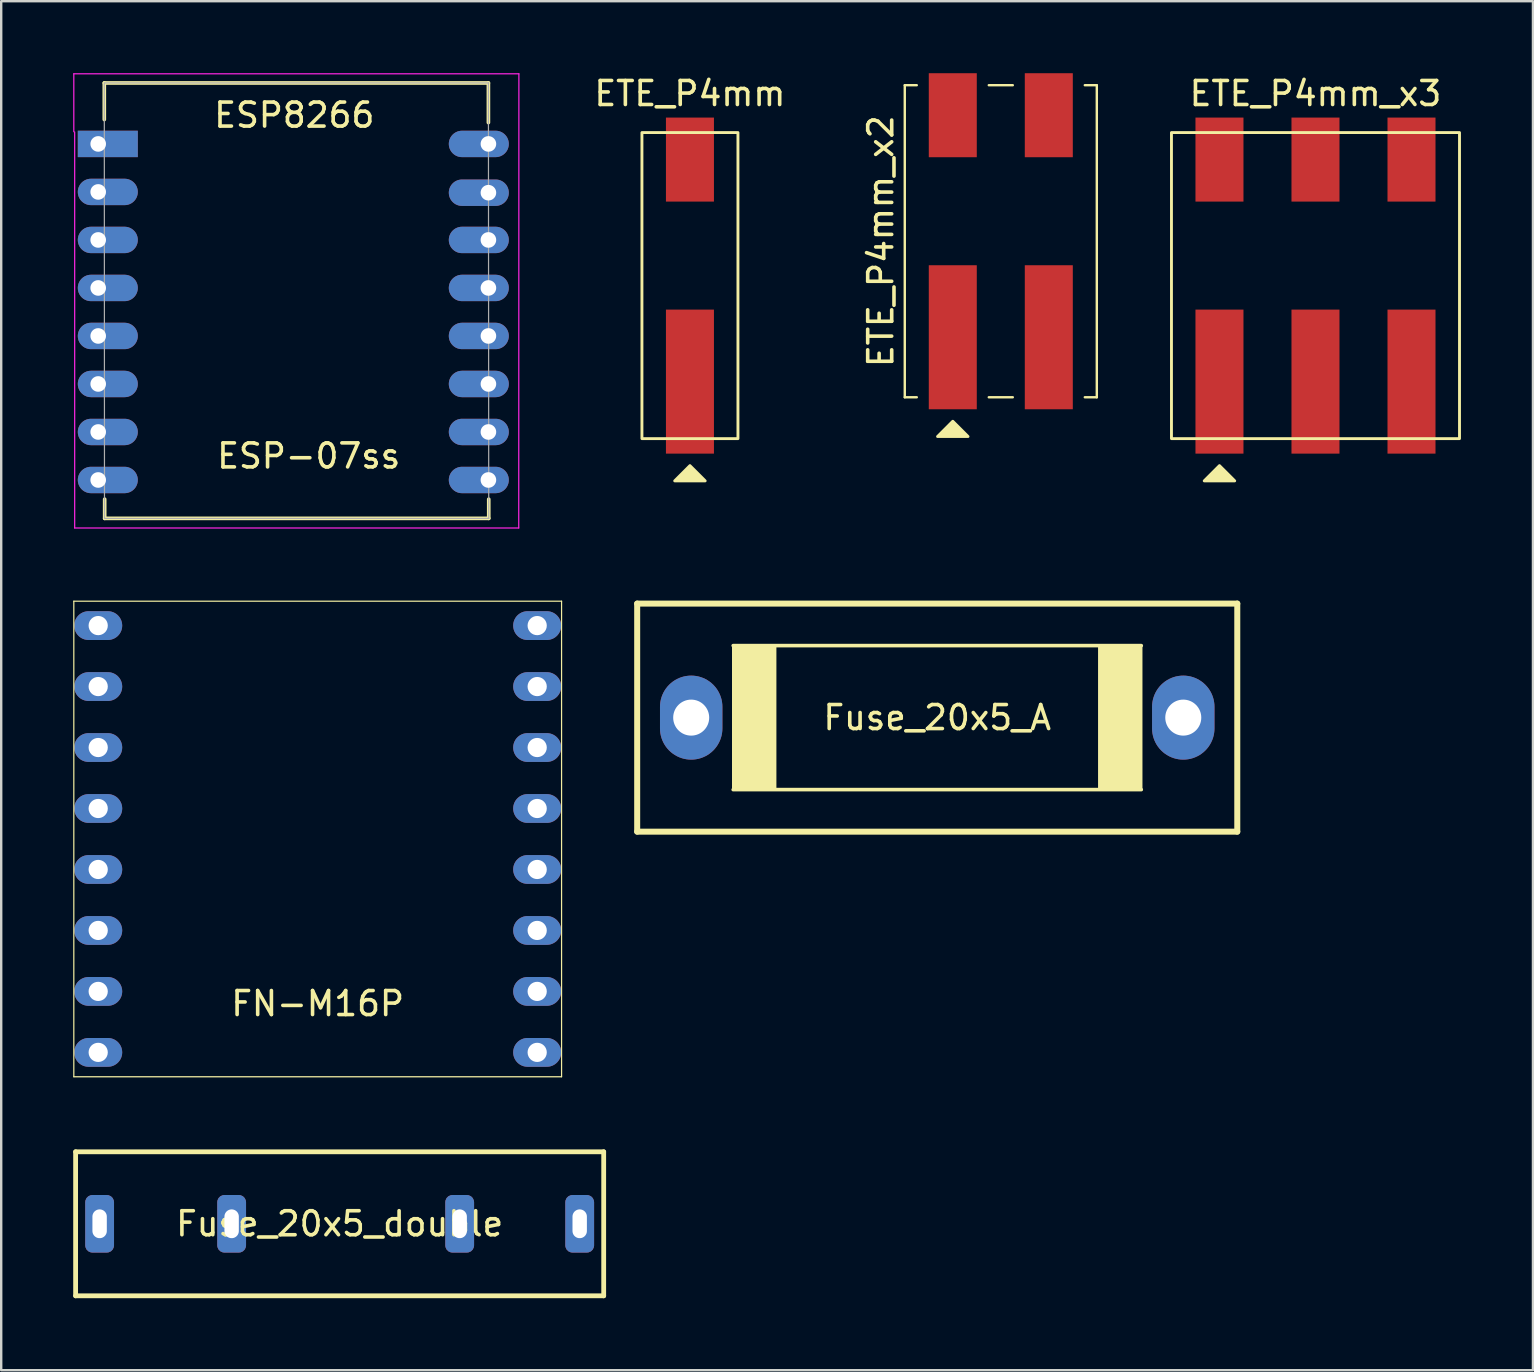
<source format=kicad_pcb>
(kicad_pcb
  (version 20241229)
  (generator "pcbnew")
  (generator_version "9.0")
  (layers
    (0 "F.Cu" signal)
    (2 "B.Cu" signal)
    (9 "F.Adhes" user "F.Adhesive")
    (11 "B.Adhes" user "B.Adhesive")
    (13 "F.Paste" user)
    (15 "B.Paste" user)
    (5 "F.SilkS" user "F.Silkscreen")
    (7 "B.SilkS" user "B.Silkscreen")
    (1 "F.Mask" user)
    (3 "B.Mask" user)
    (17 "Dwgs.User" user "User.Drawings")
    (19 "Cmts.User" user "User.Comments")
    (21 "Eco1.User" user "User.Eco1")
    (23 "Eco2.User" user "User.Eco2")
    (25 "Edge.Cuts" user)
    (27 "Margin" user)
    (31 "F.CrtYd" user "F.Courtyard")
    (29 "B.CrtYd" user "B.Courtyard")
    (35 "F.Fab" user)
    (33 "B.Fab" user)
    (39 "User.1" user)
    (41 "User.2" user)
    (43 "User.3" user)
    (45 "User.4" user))
  (footprint "ETE_P4mm_x3"
    (layer "F.Cu")
    (at 51.753 8.848)
    (property "Reference" "ETE_P4mm_x3" (at 0 -8 180) (layer "F.SilkS") (effects (font (size 1 1) (thickness 0.15))))
    (attr smd)
    (fp_rect (start -6 -6.375) (end 6 6.375) (stroke (width 0.12) (type default)) (fill no) (layer "F.SilkS"))
    (fp_poly (pts (xy -3.365 8.135) (xy -4.635 8.135) (xy -4 7.5)) (stroke (width 0.12) (type solid)) (fill yes) (layer "F.SilkS"))
    (pad "1" smd rect (at -4 -5.25) (size 2 3.5) (layers "F.Cu" "F.Mask" "F.Paste"))
    (pad "1" smd rect (at -4 4) (size 2 6) (layers "F.Cu" "F.Mask" "F.Paste"))
    (pad "2" smd rect (at 0 -5.25) (size 2 3.5) (layers "F.Cu" "F.Mask" "F.Paste"))
    (pad "2" smd rect (at 0 4) (size 2 6) (layers "F.Cu" "F.Mask" "F.Paste"))
    (pad "3" smd rect (at 4 -5.25) (size 2 3.5) (layers "F.Cu" "F.Mask" "F.Paste"))
    (pad "3" smd rect (at 4 4) (size 2 6) (layers "F.Cu" "F.Mask" "F.Paste")))
  (footprint "FN-M16P"
    (layer "F.Cu")
    (at 10.185 31.648)
    (property "Reference" "FN-M16P" (at 0 7.112 0) (layer "F.SilkS") (effects (font (size 1 1) (thickness 0.15))))
    (attr through_hole)
    (fp_line (start -10.16 -9.652) (end 10.16 -9.652) (stroke (width 0.05) (type solid)) (layer "F.SilkS"))
    (fp_line (start -10.16 10.16) (end -10.16 -9.652) (stroke (width 0.05) (type solid)) (layer "F.SilkS"))
    (fp_line (start 10.16 -9.652) (end 10.16 10.16) (stroke (width 0.05) (type solid)) (layer "F.SilkS"))
    (fp_line (start 10.16 10.16) (end -10.16 10.16) (stroke (width 0.05) (type solid)) (layer "F.SilkS"))
    (pad "1" thru_hole oval (at -9.144 -8.636) (size 2 1.2) (drill 0.8) (layers "*.Cu" "*.Mask"))
    (pad "2" thru_hole oval (at -9.144 -6.096) (size 2 1.2) (drill 0.8) (layers "*.Cu" "*.Mask"))
    (pad "3" thru_hole oval (at -9.144 -3.556) (size 2 1.2) (drill 0.8) (layers "*.Cu" "*.Mask"))
    (pad "4" thru_hole oval (at -9.144 -1.016) (size 2 1.2) (drill 0.8) (layers "*.Cu" "*.Mask"))
    (pad "5" thru_hole oval (at -9.144 1.524) (size 2 1.2) (drill 0.8) (layers "*.Cu" "*.Mask"))
    (pad "6" thru_hole oval (at -9.144 4.064) (size 2 1.2) (drill 0.8) (layers "*.Cu" "*.Mask"))
    (pad "7" thru_hole oval (at -9.144 6.604) (size 2 1.2) (drill 0.8) (layers "*.Cu" "*.Mask"))
    (pad "8" thru_hole oval (at -9.144 9.144) (size 2 1.2) (drill 0.8) (layers "*.Cu" "*.Mask"))
    (pad "9" thru_hole oval (at 9.144 9.144) (size 2 1.2) (drill 0.8) (layers "*.Cu" "*.Mask"))
    (pad "10" thru_hole oval (at 9.144 6.604) (size 2 1.2) (drill 0.8) (layers "*.Cu" "*.Mask"))
    (pad "11" thru_hole oval (at 9.144 4.064) (size 2 1.2) (drill 0.8) (layers "*.Cu" "*.Mask"))
    (pad "12" thru_hole oval (at 9.144 1.524) (size 2 1.2) (drill 0.8) (layers "*.Cu" "*.Mask"))
    (pad "13" thru_hole oval (at 9.144 -1.016) (size 2 1.2) (drill 0.8) (layers "*.Cu" "*.Mask"))
    (pad "14" thru_hole oval (at 9.144 -3.556) (size 2 1.2) (drill 0.8) (layers "*.Cu" "*.Mask"))
    (pad "15" thru_hole oval (at 9.144 -6.096) (size 2 1.2) (drill 0.8) (layers "*.Cu" "*.Mask"))
    (pad "17" thru_hole oval (at 9.144 -8.636) (size 2 1.2) (drill 0.8) (layers "*.Cu" "*.Mask")))
  (footprint "Fuse_20x5_A"
    (layer "F.Cu")
    (at 35.995 26.846)
    (property "Reference" "Fuse_20x5_A" (at 0 0 0) (layer "F.SilkS") (effects (font (size 1 1) (thickness 0.15))))
    (attr through_hole)
    (fp_line (start -12.5 -4.75) (end -12.5 4.75) (stroke (width 0.25) (type solid)) (layer "F.SilkS"))
    (fp_line (start -12.5 4.75) (end 12.5 4.75) (stroke (width 0.25) (type solid)) (layer "F.SilkS"))
    (fp_line (start -8.5 3) (end 8.5 3) (stroke (width 0.15) (type solid)) (layer "F.SilkS"))
    (fp_line (start 8.5 -3) (end -8.5 -3) (stroke (width 0.15) (type solid)) (layer "F.SilkS"))
    (fp_line (start 12.5 -4.75) (end -12.5 -4.75) (stroke (width 0.25) (type solid)) (layer "F.SilkS"))
    (fp_line (start 12.5 4.75) (end 12.5 -4.75) (stroke (width 0.25) (type solid)) (layer "F.SilkS"))
    (fp_poly (pts (xy -8.5 -3) (xy -8.5 3) (xy -6.75 3) (xy -6.75 -3)) (stroke (width 0.1) (type solid)) (fill yes) (layer "F.SilkS"))
    (fp_poly (pts (xy 8.5 -3) (xy 6.75 -3) (xy 6.75 3) (xy 8.5 3)) (stroke (width 0.1) (type solid)) (fill yes) (layer "F.SilkS"))
    (pad "1" thru_hole oval (at -10.25 0) (size 2.6 3.5) (drill 1.5) (layers "*.Cu" "*.Mask"))
    (pad "2" thru_hole oval (at 10.25 0) (size 2.6 3.5) (drill 1.5) (layers "*.Cu" "*.Mask")))
  (footprint "ESP-07ss"
    (layer "F.Cu")
    (at 2.311 2.946)
    (property "Reference" "ESP-07ss" (at 7.5 13 0) (layer "F.SilkS") (effects (font (size 1 1) (thickness 0.15))))
    (attr through_hole)
    (fp_line (start -1.016 -2.54) (end -1.016 -1.016) (stroke (width 0.152) (type solid)) (layer "F.SilkS"))
    (fp_line (start -1.016 -2.54) (end 14.986 -2.54) (stroke (width 0.152) (type solid)) (layer "F.SilkS"))
    (fp_line (start -1 14.8) (end -1 15.6) (stroke (width 0.152) (type solid)) (layer "F.SilkS"))
    (fp_line (start -1 15.6) (end 15 15.6) (stroke (width 0.152) (type solid)) (layer "F.SilkS"))
    (fp_line (start 14.986 -2.54) (end 14.986 -0.889) (stroke (width 0.152) (type solid)) (layer "F.SilkS"))
    (fp_line (start 15 15.6) (end 15 14.8) (stroke (width 0.152) (type solid)) (layer "F.SilkS"))
    (fp_line (start -2.286 -2.921) (end 16.256 -2.921) (stroke (width 0.05) (type solid)) (layer "F.CrtYd"))
    (fp_line (start -2.286 -0.508) (end -2.286 -2.921) (stroke (width 0.05) (type solid)) (layer "F.CrtYd"))
    (fp_line (start -2.25 16) (end -2.25 -0.5) (stroke (width 0.05) (type solid)) (layer "F.CrtYd"))
    (fp_line (start 16.25 16) (end -2.25 16) (stroke (width 0.05) (type solid)) (layer "F.CrtYd"))
    (fp_line (start 16.256 -2.921) (end 16.25 16) (stroke (width 0.05) (type solid)) (layer "F.CrtYd"))
    (fp_line (start -1.008 15.6) (end -1.016 -2.54) (stroke (width 0.05) (type solid)) (layer "F.Fab"))
    (fp_line (start -1 -2.54) (end 15 -2.54) (stroke (width 0.05) (type solid)) (layer "F.Fab"))
    (fp_line (start 14.986 -2.54) (end 15 15.6) (stroke (width 0.05) (type solid)) (layer "F.Fab"))
    (fp_line (start 15 15.6) (end -1 15.6) (stroke (width 0.05) (type solid)) (layer "F.Fab"))
    (fp_text user "ESP8266" (at 6.9 -1.2 0) (layer "F.SilkS") (effects (font (size 1 1) (thickness 0.15))))
    (pad "1" thru_hole rect (at -1.27 0) (size 2.5 1.1) (drill 0.65 (offset 0.4 0)) (layers "*.Cu" "*.Mask" "F.Paste"))
    (pad "2" thru_hole oval (at -1.27 2) (size 2.5 1.1) (drill 0.65 (offset 0.4 0)) (layers "*.Cu" "*.Mask" "F.Paste"))
    (pad "3" thru_hole oval (at -1.27 4) (size 2.5 1.1) (drill 0.65 (offset 0.4 0)) (layers "*.Cu" "*.Mask" "F.Paste"))
    (pad "4" thru_hole oval (at -1.27 6) (size 2.5 1.1) (drill 0.65 (offset 0.4 0)) (layers "*.Cu" "*.Mask" "F.Paste"))
    (pad "5" thru_hole oval (at -1.27 8) (size 2.5 1.1) (drill 0.65 (offset 0.4 0)) (layers "*.Cu" "*.Mask" "F.Paste"))
    (pad "6" thru_hole oval (at -1.27 10) (size 2.5 1.1) (drill 0.65 (offset 0.4 0)) (layers "*.Cu" "*.Mask" "F.Paste"))
    (pad "7" thru_hole oval (at -1.27 12) (size 2.5 1.1) (drill 0.65 (offset 0.4 0)) (layers "*.Cu" "*.Mask" "F.Paste"))
    (pad "8" thru_hole oval (at -1.27 14) (size 2.5 1.1) (drill 0.65 (offset 0.4 0)) (layers "*.Cu" "*.Mask" "F.Paste"))
    (pad "9" thru_hole oval (at 14.986 14) (size 2.5 1.1) (drill 0.65 (offset -0.4 0)) (layers "*.Cu" "*.Mask" "F.Paste"))
    (pad "10" thru_hole oval (at 14.986 12) (size 2.5 1.1) (drill 0.65 (offset -0.4 0)) (layers "*.Cu" "*.Mask" "F.Paste"))
    (pad "11" thru_hole oval (at 14.986 10) (size 2.5 1.1) (drill 0.65 (offset -0.4 0)) (layers "*.Cu" "*.Mask" "F.Paste"))
    (pad "12" thru_hole oval (at 14.986 8) (size 2.5 1.1) (drill 0.65 (offset -0.4 0)) (layers "*.Cu" "*.Mask" "F.Paste"))
    (pad "13" thru_hole oval (at 14.986 6) (size 2.5 1.1) (drill 0.65 (offset -0.4 0)) (layers "*.Cu" "*.Mask" "F.Paste"))
    (pad "14" thru_hole oval (at 14.986 4) (size 2.5 1.1) (drill 0.65 (offset -0.4 0)) (layers "*.Cu" "*.Mask" "F.Paste"))
    (pad "15" thru_hole oval (at 14.986 2.032) (size 2.5 1.1) (drill 0.65 (offset -0.4 0)) (layers "*.Cu" "*.Mask" "F.Paste"))
    (pad "16" thru_hole oval (at 14.986 0) (size 2.5 1.1) (drill 0.65 (offset -0.4 0)) (layers "*.Cu" "*.Mask" "F.Paste")))
  (footprint "Fuse_20x5_double"
    (layer "F.Cu")
    (at 11.1 47.933)
    (property "Reference" "Fuse_20x5_double" (at 0 0 0) (layer "F.SilkS") (effects (font (size 1 1) (thickness 0.15))))
    (attr through_hole)
    (fp_line (start -11 -3) (end 11 -3) (stroke (width 0.2) (type solid)) (layer "F.SilkS"))
    (fp_line (start -11 3) (end -11 -3) (stroke (width 0.2) (type solid)) (layer "F.SilkS"))
    (fp_line (start 11 -3) (end 11 3) (stroke (width 0.2) (type solid)) (layer "F.SilkS"))
    (fp_line (start 11 3) (end -11 3) (stroke (width 0.2) (type solid)) (layer "F.SilkS"))
    (pad "1" thru_hole roundrect (at -10 0) (size 1.2 2.4) (drill oval 0.6 1.2) (layers "*.Cu" "*.Mask") (roundrect_rratio 0.25))
    (pad "1" thru_hole roundrect (at -4.5 0) (size 1.2 2.4) (drill oval 0.6 1.2) (layers "*.Cu" "*.Mask") (roundrect_rratio 0.25))
    (pad "2" thru_hole roundrect (at 5 0) (size 1.2 2.4) (drill oval 0.6 1.2) (layers "*.Cu" "*.Mask") (roundrect_rratio 0.25))
    (pad "2" thru_hole roundrect (at 10 0) (size 1.2 2.4) (drill oval 0.6 1.2) (layers "*.Cu" "*.Mask") (roundrect_rratio 0.25)))
  (footprint "ETE_P4mm"
    (layer "F.Cu")
    (at 25.693 8.848)
    (property "Reference" "ETE_P4mm" (at 0 -8 180) (layer "F.SilkS") (effects (font (size 1 1) (thickness 0.15))))
    (attr smd)
    (fp_rect (start -2 -6.375) (end 2 6.375) (stroke (width 0.12) (type default)) (fill no) (layer "F.SilkS"))
    (fp_poly (pts (xy 0.635 8.135) (xy -0.635 8.135) (xy 0 7.5)) (stroke (width 0.12) (type solid)) (fill yes) (layer "F.SilkS"))
    (pad "1" smd rect (at 0 -5.25) (size 2 3.5) (layers "F.Cu" "F.Mask" "F.Paste"))
    (pad "1" smd rect (at 0 4) (size 2 6) (layers "F.Cu" "F.Mask" "F.Paste")))
  (footprint "ETE_P4mm_x2"
    (layer "F.Cu")
    (at 38.643 7)
    (property "Reference" "ETE_P4mm_x2" (at -5 0 270) (layer "F.SilkS") (effects (font (size 1 1) (thickness 0.15))))
    (attr smd)
    (fp_line (start -4 -6.5) (end -4 6.5) (stroke (width 0.1) (type default)) (layer "F.SilkS"))
    (fp_line (start -4 6.5) (end -3.5 6.5) (stroke (width 0.1) (type default)) (layer "F.SilkS"))
    (fp_line (start -3.5 -6.5) (end -4 -6.5) (stroke (width 0.1) (type default)) (layer "F.SilkS"))
    (fp_line (start -0.5 6.5) (end 0.5 6.5) (stroke (width 0.1) (type default)) (layer "F.SilkS"))
    (fp_line (start 0.5 -6.5) (end -0.5 -6.5) (stroke (width 0.1) (type default)) (layer "F.SilkS"))
    (fp_line (start 3.5 6.5) (end 4 6.5) (stroke (width 0.1) (type default)) (layer "F.SilkS"))
    (fp_line (start 4 -6.5) (end 3.5 -6.5) (stroke (width 0.1) (type default)) (layer "F.SilkS"))
    (fp_line (start 4 6.5) (end 4 -6.5) (stroke (width 0.1) (type default)) (layer "F.SilkS"))
    (fp_poly (pts (xy -1.365 8.135) (xy -2.635 8.135) (xy -2 7.5)) (stroke (width 0.12) (type solid)) (fill yes) (layer "F.SilkS"))
    (pad "1" smd rect (at -2 -5.25) (size 2 3.5) (layers "F.Cu" "F.Mask" "F.Paste"))
    (pad "1" smd rect (at -2 4) (size 2 6) (layers "F.Cu" "F.Mask" "F.Paste"))
    (pad "2" smd rect (at 2 -5.25) (size 2 3.5) (layers "F.Cu" "F.Mask" "F.Paste"))
    (pad "2" smd rect (at 2 4) (size 2 6) (layers "F.Cu" "F.Mask" "F.Paste")))
  (gr_rect
    (start -3 -3)
    (end 60.813 54.033)
    (stroke (width 0.1) (type default))
    (fill no)
    (layer "Edge.Cuts")))
</source>
